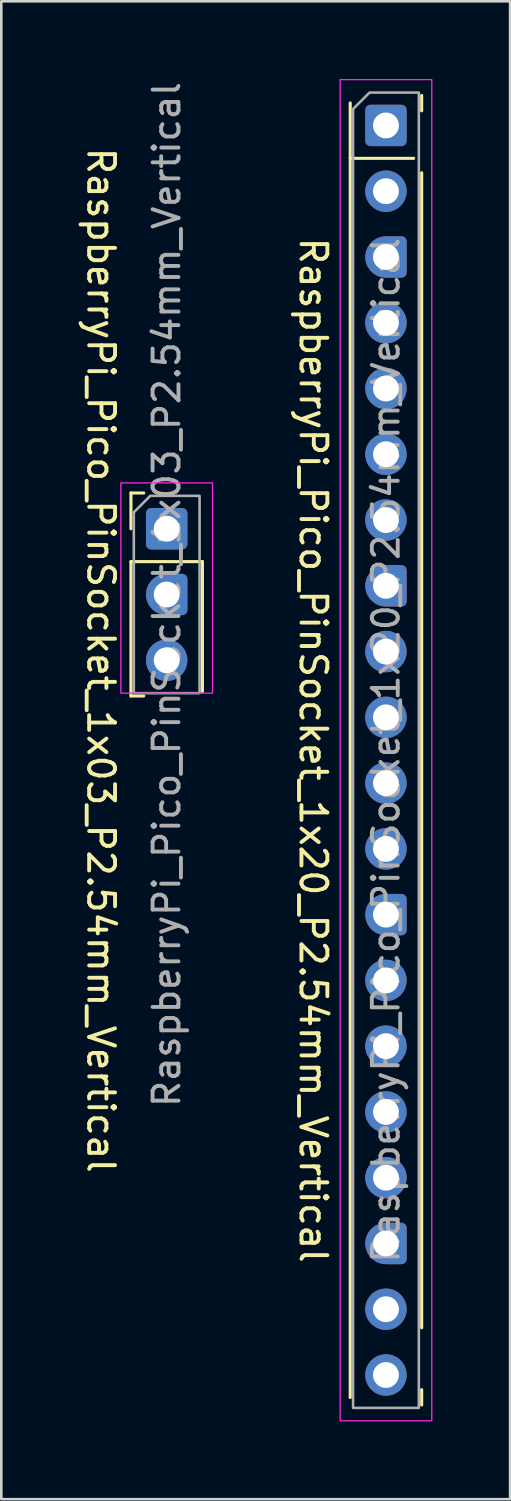
<source format=kicad_pcb>
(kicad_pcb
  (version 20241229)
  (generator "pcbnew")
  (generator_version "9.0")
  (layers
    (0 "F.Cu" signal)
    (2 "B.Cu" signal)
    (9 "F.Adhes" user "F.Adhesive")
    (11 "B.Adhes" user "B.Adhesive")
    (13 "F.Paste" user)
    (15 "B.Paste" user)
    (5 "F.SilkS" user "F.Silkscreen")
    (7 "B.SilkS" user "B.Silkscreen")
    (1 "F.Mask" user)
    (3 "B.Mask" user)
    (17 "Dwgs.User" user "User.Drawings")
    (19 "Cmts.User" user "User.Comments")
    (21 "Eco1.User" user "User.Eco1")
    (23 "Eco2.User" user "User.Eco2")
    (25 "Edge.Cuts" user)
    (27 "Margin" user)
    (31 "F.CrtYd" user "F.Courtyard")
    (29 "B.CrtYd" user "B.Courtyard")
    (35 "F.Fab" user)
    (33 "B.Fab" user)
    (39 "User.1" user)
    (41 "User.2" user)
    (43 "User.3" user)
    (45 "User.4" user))
  (footprint "RaspberryPi_Pico_PinSocket_1x20_P2.54mm_Vertical"
    (layer "F.Cu")
    (at 11.856 1.795)
    (property "Reference" "RaspberryPi_Pico_PinSocket_1x20_P2.54mm_Vertical" (at -2.223 24.13 270) (unlocked yes) (layer "F.SilkS") (effects (font (size 1 1) (thickness 0.15)) (justify top)))
    (attr through_hole)
    (fp_line (start -1.38 -0.87) (end -1.38 49.13) (stroke (width 0.12) (type solid)) (layer "F.SilkS"))
    (fp_line (start -1.38 1.27) (end 1.071 1.27) (stroke (width 0.12) (type solid)) (layer "F.SilkS"))
    (fp_line (start 1.38 -1.16) (end 1.38 -0.566) (stroke (width 0.12) (type solid)) (layer "F.SilkS"))
    (fp_line (start 1.38 1.826) (end 1.38 46.434) (stroke (width 0.12) (type solid)) (layer "F.SilkS"))
    (fp_line (start 1.38 49.42) (end 1.38 48.826) (stroke (width 0.12) (type solid)) (layer "F.SilkS"))
    (fp_rect (start -1.77 -1.77) (end 1.77 50.03) (stroke (width 0.05) (type default)) (fill no) (layer "F.CrtYd"))
    (fp_poly (pts (xy -1.27 -0.635) (xy -0.635 -1.27) (xy 1.27 -1.27) (xy 1.27 49.53) (xy -1.27 49.53)) (stroke (width 0.1) (type solid)) (fill no) (layer "F.Fab"))
    (fp_text user "${REFERENCE}" (at 0 24.13 90) (layer "F.Fab") (effects (font (size 1 1) (thickness 0.15))))
    (pad "1" thru_hole roundrect (at 0 0) (size 1.6 1.6) (drill 1) (layers "*.Cu" "*.Mask") (roundrect_rratio 0.125))
    (pad "2" thru_hole circle (at 0 2.54) (size 1.6 1.6) (drill 1) (layers "*.Cu" "*.Mask"))
    (pad "3" thru_hole custom (at 0 5.08) (size 1.6 1.6) (drill 1) (layers "*.Cu" "*.Mask") (options (anchor circle)) (primitives (gr_poly (pts (xy 0.8 0.6) (xy 0.8 -0.6) (xy 0.6 -0.8) (xy 0 -0.8) (xy 0 0.8) (xy 0.6 0.8)) (width 0) (fill yes)) (gr_circle (center 0.6 0.6) (end 0.8 0.6) (width 0) (fill yes)) (gr_circle (center 0.6 -0.6) (end 0.8 -0.6) (width 0) (fill yes))))
    (pad "4" thru_hole circle (at 0 7.62) (size 1.6 1.6) (drill 1) (layers "*.Cu" "*.Mask"))
    (pad "5" thru_hole circle (at 0 10.16) (size 1.6 1.6) (drill 1) (layers "*.Cu" "*.Mask"))
    (pad "6" thru_hole circle (at 0 12.7) (size 1.6 1.6) (drill 1) (layers "*.Cu" "*.Mask"))
    (pad "7" thru_hole circle (at 0 15.24) (size 1.6 1.6) (drill 1) (layers "*.Cu" "*.Mask"))
    (pad "8" thru_hole custom (at 0 17.78) (size 1.6 1.6) (drill 1) (layers "*.Cu" "*.Mask") (options (anchor circle)) (primitives (gr_poly (pts (xy 0.8 0.6) (xy 0.8 -0.6) (xy 0.6 -0.8) (xy 0 -0.8) (xy 0 0.8) (xy 0.6 0.8)) (width 0) (fill yes)) (gr_circle (center 0.6 0.6) (end 0.8 0.6) (width 0) (fill yes)) (gr_circle (center 0.6 -0.6) (end 0.8 -0.6) (width 0) (fill yes))))
    (pad "9" thru_hole circle (at 0 20.32) (size 1.6 1.6) (drill 1) (layers "*.Cu" "*.Mask"))
    (pad "10" thru_hole circle (at 0 22.86) (size 1.6 1.6) (drill 1) (layers "*.Cu" "*.Mask"))
    (pad "11" thru_hole circle (at 0 25.4) (size 1.6 1.6) (drill 1) (layers "*.Cu" "*.Mask"))
    (pad "12" thru_hole circle (at 0 27.94) (size 1.6 1.6) (drill 1) (layers "*.Cu" "*.Mask"))
    (pad "13" thru_hole custom (at 0 30.48) (size 1.6 1.6) (drill 1) (layers "*.Cu" "*.Mask") (options (anchor circle)) (primitives (gr_poly (pts (xy 0.8 0.6) (xy 0.8 -0.6) (xy 0.6 -0.8) (xy 0 -0.8) (xy 0 0.8) (xy 0.6 0.8)) (width 0) (fill yes)) (gr_circle (center 0.6 0.6) (end 0.8 0.6) (width 0) (fill yes)) (gr_circle (center 0.6 -0.6) (end 0.8 -0.6) (width 0) (fill yes))))
    (pad "14" thru_hole circle (at 0 33.02) (size 1.6 1.6) (drill 1) (layers "*.Cu" "*.Mask"))
    (pad "15" thru_hole circle (at 0 35.56) (size 1.6 1.6) (drill 1) (layers "*.Cu" "*.Mask"))
    (pad "16" thru_hole circle (at 0 38.1) (size 1.6 1.6) (drill 1) (layers "*.Cu" "*.Mask"))
    (pad "17" thru_hole circle (at 0 40.64) (size 1.6 1.6) (drill 1) (layers "*.Cu" "*.Mask"))
    (pad "18" thru_hole custom (at 0 43.18) (size 1.6 1.6) (drill 1) (layers "*.Cu" "*.Mask") (options (anchor circle)) (primitives (gr_poly (pts (xy 0.8 0.6) (xy 0.8 -0.6) (xy 0.6 -0.8) (xy 0 -0.8) (xy 0 0.8) (xy 0.6 0.8)) (width 0) (fill yes)) (gr_circle (center 0.6 0.6) (end 0.8 0.6) (width 0) (fill yes)) (gr_circle (center 0.6 -0.6) (end 0.8 -0.6) (width 0) (fill yes))))
    (pad "19" thru_hole circle (at 0 45.72) (size 1.6 1.6) (drill 1) (layers "*.Cu" "*.Mask"))
    (pad "20" thru_hole circle (at 0 48.26) (size 1.6 1.6) (drill 1) (layers "*.Cu" "*.Mask")))
  (footprint "RaspberryPi_Pico_PinSocket_1x03_P2.54mm_Vertical"
    (layer "F.Cu")
    (at 3.388 17.371)
    (property "Reference" "RaspberryPi_Pico_PinSocket_1x03_P2.54mm_Vertical" (at -2.54 5.08 270) (unlocked yes) (layer "F.SilkS") (effects (font (size 1 1) (thickness 0.15))))
    (attr through_hole)
    (fp_line (start -1.38 -1.38) (end -1.38 0) (stroke (width 0.12) (type solid)) (layer "F.SilkS"))
    (fp_line (start -1.38 -1.38) (end -0.887 -1.38) (stroke (width 0.12) (type solid)) (layer "F.SilkS"))
    (fp_line (start -1.38 1.27) (end -1.38 6.46) (stroke (width 0.12) (type solid)) (layer "F.SilkS"))
    (fp_line (start -1.38 1.27) (end 1.38 1.27) (stroke (width 0.12) (type solid)) (layer "F.SilkS"))
    (fp_line (start -1.38 6.46) (end -0.887 6.46) (stroke (width 0.12) (type solid)) (layer "F.SilkS"))
    (fp_line (start 1.38 1.27) (end 1.38 6.287) (stroke (width 0.12) (type solid)) (layer "F.SilkS"))
    (fp_rect (start -1.77 -1.77) (end 1.77 6.35) (stroke (width 0.05) (type default)) (fill no) (layer "F.CrtYd"))
    (fp_poly (pts (xy -1.27 -0.635) (xy -0.635 -1.27) (xy 1.27 -1.27) (xy 1.27 6.35) (xy -1.27 6.35)) (stroke (width 0.1) (type solid)) (fill no) (layer "F.Fab"))
    (fp_text user "${REFERENCE}" (at 0 2.54 90) (layer "F.Fab") (effects (font (size 1 1) (thickness 0.15))))
    (pad "1" thru_hole roundrect (at 0 0) (size 1.6 1.6) (drill 1) (layers "*.Cu" "*.Mask") (roundrect_rratio 0.125))
    (pad "2" thru_hole custom (at 0 2.54) (size 1.6 1.6) (drill 1) (layers "*.Cu" "*.Mask") (options (anchor circle)) (primitives (gr_poly (pts (xy 0.8 0.6) (xy 0.8 -0.6) (xy 0.6 -0.8) (xy 0 -0.8) (xy 0 0.8) (xy 0.6 0.8)) (width 0) (fill yes)) (gr_circle (center 0.6 0.6) (end 0.8 0.6) (width 0) (fill yes)) (gr_circle (center 0.6 -0.6) (end 0.8 -0.6) (width 0) (fill yes))))
    (pad "3" thru_hole circle (at 0 5.08) (size 1.6 1.6) (drill 1) (layers "*.Cu" "*.Mask"))
    (zone (net_name "") (layer "F.CrtYd") (name "Courtyard Keep Out") (hatch edge 0.5) (connect_pads) (min_thickness 0.25) (filled_areas_thickness no) (keepout (tracks allowed) (vias allowed) (pads allowed) (copperpour allowed) (footprints allowed)) (placement (enabled no)) (fill) (polygon (pts (xy 1.618 23.721) (xy 5.158 23.721) (xy 5.158 24.221) (xy 1.618 24.221)))))
  (gr_rect
    (start -3 -3)
    (end 16.651 54.85)
    (stroke (width 0.1) (type default))
    (fill no)
    (layer "Edge.Cuts")))
</source>
